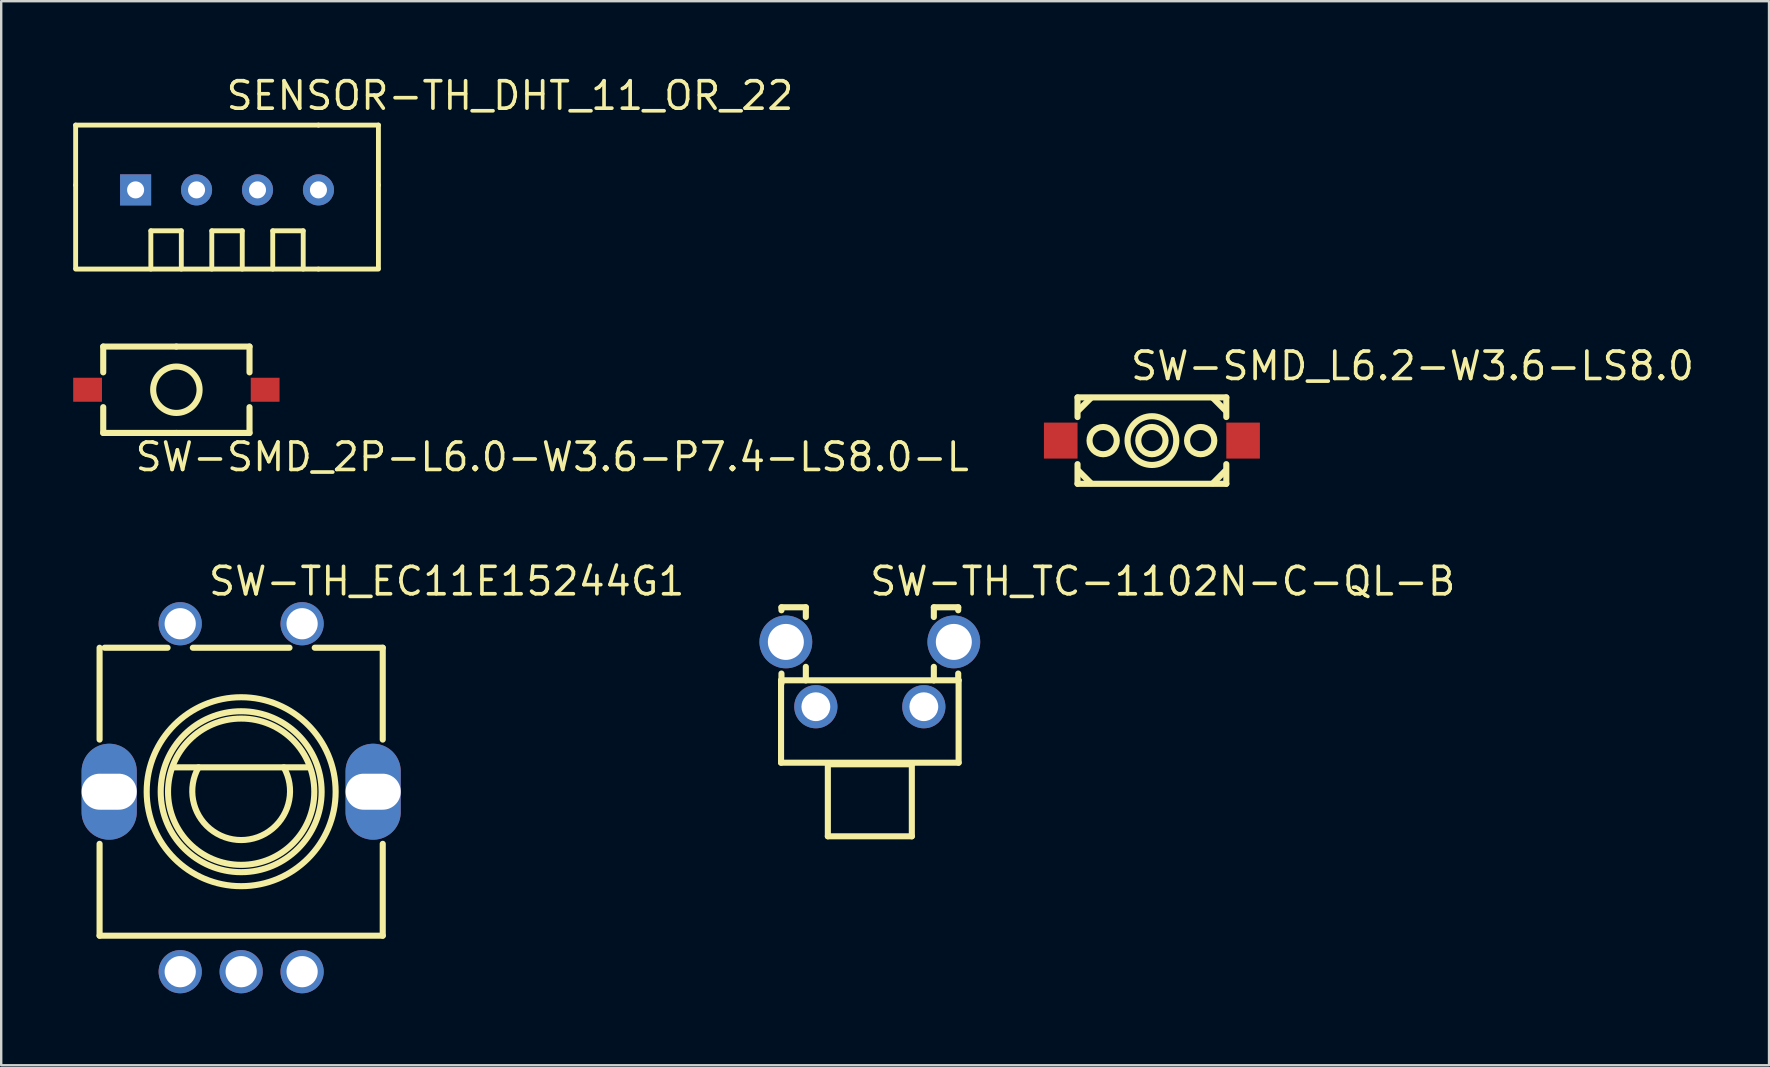
<source format=kicad_pcb>
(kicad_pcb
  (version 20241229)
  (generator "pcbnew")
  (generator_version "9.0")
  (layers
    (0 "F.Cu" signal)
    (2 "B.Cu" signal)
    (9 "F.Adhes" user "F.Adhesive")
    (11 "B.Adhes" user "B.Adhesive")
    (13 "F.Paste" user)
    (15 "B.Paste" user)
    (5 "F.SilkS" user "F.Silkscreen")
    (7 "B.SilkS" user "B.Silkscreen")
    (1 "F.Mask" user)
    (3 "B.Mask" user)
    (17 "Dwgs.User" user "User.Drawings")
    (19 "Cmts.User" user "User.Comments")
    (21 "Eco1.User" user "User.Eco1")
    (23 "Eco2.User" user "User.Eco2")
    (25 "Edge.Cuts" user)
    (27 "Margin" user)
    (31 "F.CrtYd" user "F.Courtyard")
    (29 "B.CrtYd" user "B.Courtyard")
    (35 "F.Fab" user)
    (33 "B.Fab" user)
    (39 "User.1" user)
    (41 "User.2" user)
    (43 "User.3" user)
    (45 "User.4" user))
  (footprint "SW-TH_TC-1102N-C-QL-B"
    (layer "F.Cu")
    (at 33.199 25.051)
    (property "Reference" "SW-TH_TC-1102N-C-QL-B" (at -0.084 -3.877 0) (layer "F.SilkS") (effects (font (size 1.143 1.143) (thickness 0.152)) (justify left)))
    (attr through_hole)
    (fp_line (start -3.7 0.25) (end 3.7 0.25) (stroke (width 0.254) (type solid)) (layer "F.SilkS"))
    (fp_line (start -3.7 3.683) (end -3.7 0.25) (stroke (width 0.254) (type solid)) (layer "F.SilkS"))
    (fp_line (start -3.683 -2.794) (end -3.683 -2.668) (stroke (width 0.254) (type solid)) (layer "F.SilkS"))
    (fp_line (start -3.683 -2.794) (end -2.667 -2.794) (stroke (width 0.254) (type solid)) (layer "F.SilkS"))
    (fp_line (start -3.683 -0.032) (end -3.683 0.381) (stroke (width 0.254) (type solid)) (layer "F.SilkS"))
    (fp_line (start -2.667 -2.794) (end -2.667 -2.388) (stroke (width 0.254) (type solid)) (layer "F.SilkS"))
    (fp_line (start -2.667 -0.312) (end -2.667 0.254) (stroke (width 0.254) (type solid)) (layer "F.SilkS"))
    (fp_line (start -1.75 3.75) (end 1.75 3.75) (stroke (width 0.254) (type solid)) (layer "F.SilkS"))
    (fp_line (start -1.75 6.75) (end -1.75 3.75) (stroke (width 0.254) (type solid)) (layer "F.SilkS"))
    (fp_line (start 1.75 3.75) (end 1.75 6.75) (stroke (width 0.254) (type solid)) (layer "F.SilkS"))
    (fp_line (start 1.75 6.75) (end -1.75 6.75) (stroke (width 0.254) (type solid)) (layer "F.SilkS"))
    (fp_line (start 2.667 -2.794) (end 2.667 -2.388) (stroke (width 0.254) (type solid)) (layer "F.SilkS"))
    (fp_line (start 2.667 -2.794) (end 3.683 -2.794) (stroke (width 0.254) (type solid)) (layer "F.SilkS"))
    (fp_line (start 2.667 -0.312) (end 2.667 0.254) (stroke (width 0.254) (type solid)) (layer "F.SilkS"))
    (fp_line (start 3.683 -2.794) (end 3.683 -2.668) (stroke (width 0.254) (type solid)) (layer "F.SilkS"))
    (fp_line (start 3.683 -0.032) (end 3.683 0.254) (stroke (width 0.254) (type solid)) (layer "F.SilkS"))
    (fp_line (start 3.7 0.25) (end 3.7 3.683) (stroke (width 0.254) (type solid)) (layer "F.SilkS"))
    (fp_line (start 3.7 3.683) (end -3.7 3.683) (stroke (width 0.254) (type solid)) (layer "F.SilkS"))
    (pad "1" thru_hole circle (at -2.25 1.35) (size 1.8 1.8) (drill 1.2) (layers "*.Cu" "*.Mask"))
    (pad "2" thru_hole circle (at 2.25 1.35) (size 1.8 1.8) (drill 1.2) (layers "*.Cu" "*.Mask"))
    (pad "3" thru_hole circle (at -3.5 -1.35) (size 2.2 2.2) (drill 1.5) (layers "*.Cu" "*.Mask"))
    (pad "4" thru_hole circle (at 3.5 -1.35) (size 2.2 2.2) (drill 1.5) (layers "*.Cu" "*.Mask")))
  (footprint "SW-SMD_L6.2-W3.6-LS8.0"
    (layer "F.Cu")
    (at 44.954 15.311)
    (property "Reference" "SW-SMD_L6.2-W3.6-LS8.0" (at -0.97 -3.11 0) (layer "F.SilkS") (effects (font (size 1.143 1.143) (thickness 0.152)) (justify left)))
    (attr smd)
    (fp_line (start -3.1 -1.8) (end -3.1 -0.981) (stroke (width 0.254) (type solid)) (layer "F.SilkS"))
    (fp_line (start -3.1 -1.8) (end 3.1 -1.8) (stroke (width 0.254) (type solid)) (layer "F.SilkS"))
    (fp_line (start -3.1 0.981) (end -3.1 1.8) (stroke (width 0.254) (type solid)) (layer "F.SilkS"))
    (fp_line (start -3.048 -1.27) (end -2.54 -1.778) (stroke (width 0.254) (type solid)) (layer "F.SilkS"))
    (fp_line (start -3.048 1.27) (end -2.54 1.778) (stroke (width 0.254) (type solid)) (layer "F.SilkS"))
    (fp_line (start 2.54 -1.778) (end 3.048 -1.27) (stroke (width 0.254) (type solid)) (layer "F.SilkS"))
    (fp_line (start 2.54 1.778) (end 3.048 1.27) (stroke (width 0.254) (type solid)) (layer "F.SilkS"))
    (fp_line (start 3.1 -1.8) (end 3.1 -0.981) (stroke (width 0.254) (type solid)) (layer "F.SilkS"))
    (fp_line (start 3.1 0.981) (end 3.1 1.8) (stroke (width 0.254) (type solid)) (layer "F.SilkS"))
    (fp_line (start 3.1 1.8) (end -3.1 1.8) (stroke (width 0.254) (type solid)) (layer "F.SilkS"))
    (fp_circle (center -2.032 -0.000025) (end -2.032 0.568) (stroke (width 0.254) (type solid)) (fill no) (layer "F.SilkS"))
    (fp_circle (center 0 -0.000025) (end 0 0.568) (stroke (width 0.254) (type solid)) (fill no) (layer "F.SilkS"))
    (fp_circle (center 0 -0.000025) (end 0 1.016) (stroke (width 0.254) (type solid)) (fill no) (layer "F.SilkS"))
    (fp_circle (center 2.032 -0.000025) (end 2.032 0.568) (stroke (width 0.254) (type solid)) (fill no) (layer "F.SilkS"))
    (pad "1" smd rect (at -3.8 -0.000025 90) (size 1.5 1.4) (layers "F.Cu" "F.Mask" "F.Paste"))
    (pad "2" smd rect (at 3.8 -0.000025 90) (size 1.5 1.4) (layers "F.Cu" "F.Mask" "F.Paste")))
  (footprint "SW-TH_EC11E15244G1"
    (layer "F.Cu")
    (at 7 30.193)
    (property "Reference" "SW-TH_EC11E15244G1" (at -1.44 -9.02 0) (layer "F.SilkS") (effects (font (size 1.143 1.143) (thickness 0.152)) (justify left)))
    (attr through_hole)
    (fp_line (start -5.9 -2.422) (end -5.9 -6.25) (stroke (width 0.254) (type solid)) (layer "F.SilkS"))
    (fp_line (start -5.9 5.75) (end -5.9 1.922) (stroke (width 0.254) (type solid)) (layer "F.SilkS"))
    (fp_line (start -5.69 -6.25) (end -3.066 -6.25) (stroke (width 0.254) (type solid)) (layer "F.SilkS"))
    (fp_line (start -2.794 -1.266) (end 2.794 -1.266) (stroke (width 0.254) (type solid)) (layer "F.SilkS"))
    (fp_line (start -2.014 -6.25) (end 2.014 -6.25) (stroke (width 0.254) (type solid)) (layer "F.SilkS"))
    (fp_line (start 3.066 -6.25) (end 5.9 -6.25) (stroke (width 0.254) (type solid)) (layer "F.SilkS"))
    (fp_line (start 5.9 -6.25) (end 5.9 -2.422) (stroke (width 0.254) (type solid)) (layer "F.SilkS"))
    (fp_line (start 5.9 1.922) (end 5.9 5.75) (stroke (width 0.254) (type solid)) (layer "F.SilkS"))
    (fp_line (start 5.9 5.75) (end -5.9 5.75) (stroke (width 0.254) (type solid)) (layer "F.SilkS"))
    (fp_arc (start 1.778 -1.266) (mid -0.000032 1.764988) (end -1.777969 -1.266056) (stroke (width 0.254) (type solid)) (layer "F.SilkS"))
    (fp_circle (center 0 -0.25) (end 3.048 -0.25) (stroke (width 0.254) (type solid)) (fill no) (layer "F.SilkS"))
    (fp_circle (center 0 -0.25) (end 3.353 -0.25) (stroke (width 0.254) (type solid)) (fill no) (layer "F.SilkS"))
    (fp_circle (center 0 -0.25) (end 3.937 -0.25) (stroke (width 0.254) (type solid)) (fill no) (layer "F.SilkS"))
    (pad "6" thru_hole oval (at 5.5 -0.25 90) (size 4 2.3) (drill oval 1.5 3) (layers "*.Cu" "*.Paste" "*.Mask"))
    (pad "7" thru_hole oval (at -5.5 -0.25 90) (size 4 2.3) (drill oval 1.5 3) (layers "*.Cu" "*.Paste" "*.Mask"))
    (pad "A" thru_hole circle (at -2.54 7.25) (size 1.8 1.8) (drill 1.3) (layers "*.Cu" "*.Paste" "*.Mask"))
    (pad "B" thru_hole circle (at 2.54 7.25) (size 1.8 1.8) (drill 1.3) (layers "*.Cu" "*.Paste" "*.Mask"))
    (pad "C" thru_hole circle (at 0 7.25) (size 1.8 1.8) (drill 1.3) (layers "*.Cu" "*.Paste" "*.Mask"))
    (pad "D" thru_hole circle (at -2.54 -7.25) (size 1.8 1.8) (drill 1.3) (layers "*.Cu" "*.Paste" "*.Mask"))
    (pad "E" thru_hole circle (at 2.54 -7.25) (size 1.8 1.8) (drill 1.3) (layers "*.Cu" "*.Paste" "*.Mask")))
  (footprint "SENSOR-TH_DHT_11_OR_22"
    (layer "F.Cu")
    (at 6.411 4.863)
    (property "Reference" "SENSOR-TH_DHT_11_OR_22" (at -0.119 -3.927 0) (layer "F.SilkS") (effects (font (size 1.143 1.143) (thickness 0.152)) (justify left)))
    (attr through_hole)
    (fp_line (start -6.309 -2.7) (end -6.309 -0.2) (stroke (width 0.203) (type solid)) (layer "F.SilkS"))
    (fp_line (start -6.309 -0.2) (end -6.309 3.259) (stroke (width 0.203) (type solid)) (layer "F.SilkS"))
    (fp_line (start -6.309 3.3) (end 3.81 3.3) (stroke (width 0.203) (type solid)) (layer "F.SilkS"))
    (fp_line (start -3.175 1.705) (end -3.175 3.3) (stroke (width 0.203) (type solid)) (layer "F.SilkS"))
    (fp_line (start -1.905 1.705) (end -3.175 1.705) (stroke (width 0.203) (type solid)) (layer "F.SilkS"))
    (fp_line (start -1.905 3.3) (end -1.905 1.705) (stroke (width 0.203) (type solid)) (layer "F.SilkS"))
    (fp_line (start -0.635 1.705) (end -0.635 3.3) (stroke (width 0.203) (type solid)) (layer "F.SilkS"))
    (fp_line (start 0.635 1.705) (end -0.635 1.705) (stroke (width 0.203) (type solid)) (layer "F.SilkS"))
    (fp_line (start 0.635 3.3) (end 0.635 1.705) (stroke (width 0.203) (type solid)) (layer "F.SilkS"))
    (fp_line (start 1.905 1.705) (end 1.905 3.3) (stroke (width 0.203) (type solid)) (layer "F.SilkS"))
    (fp_line (start 3.175 1.705) (end 1.905 1.705) (stroke (width 0.203) (type solid)) (layer "F.SilkS"))
    (fp_line (start 3.175 3.3) (end 3.175 1.705) (stroke (width 0.203) (type solid)) (layer "F.SilkS"))
    (fp_line (start 3.81 -2.7) (end -6.309 -2.7) (stroke (width 0.203) (type solid)) (layer "F.SilkS"))
    (fp_line (start 3.81 3.3) (end 6.309 3.3) (stroke (width 0.203) (type solid)) (layer "F.SilkS"))
    (fp_line (start 6.309 -2.7) (end 3.81 -2.7) (stroke (width 0.203) (type solid)) (layer "F.SilkS"))
    (fp_line (start 6.309 -0.2) (end 6.309 -2.7) (stroke (width 0.203) (type solid)) (layer "F.SilkS"))
    (fp_line (start 6.309 3.259) (end 6.309 -0.2) (stroke (width 0.203) (type solid)) (layer "F.SilkS"))
    (pad "1" thru_hole rect (at -3.81 0.000051 180) (size 1.295 1.295) (drill 0.711) (layers "*.Cu" "*.Mask"))
    (pad "2" thru_hole circle (at -1.27 0.000051 180) (size 1.295 1.295) (drill 0.711) (layers "*.Cu" "*.Mask"))
    (pad "3" thru_hole circle (at 1.27 0.000051 180) (size 1.295 1.295) (drill 0.711) (layers "*.Cu" "*.Mask"))
    (pad "4" thru_hole circle (at 3.81 0.000051 180) (size 1.295 1.295) (drill 0.711) (layers "*.Cu" "*.Mask")))
  (footprint "SW-SMD_2P-L6.0-W3.6-P7.4-LS8.0-L"
    (layer "F.Cu")
    (at 4.3 13.192)
    (property "Reference" "SW-SMD_2P-L6.0-W3.6-P7.4-LS8.0-L" (at -1.8 2.8 0) (layer "F.SilkS") (effects (font (size 1.143 1.143) (thickness 0.152)) (justify left)))
    (attr through_hole)
    (fp_line (start -3.048 -1.8) (end -3.048 -0.725) (stroke (width 0.254) (type solid)) (layer "F.SilkS"))
    (fp_line (start -3.048 1.8) (end -3.048 0.725) (stroke (width 0.254) (type solid)) (layer "F.SilkS"))
    (fp_line (start 0 -1.8) (end -3.048 -1.8) (stroke (width 0.254) (type solid)) (layer "F.SilkS"))
    (fp_line (start 0 -1.8) (end 3.048 -1.8) (stroke (width 0.254) (type solid)) (layer "F.SilkS"))
    (fp_line (start 0 1.8) (end -3.048 1.8) (stroke (width 0.254) (type solid)) (layer "F.SilkS"))
    (fp_line (start 0 1.8) (end 3.048 1.8) (stroke (width 0.254) (type solid)) (layer "F.SilkS"))
    (fp_line (start 3.048 -1.8) (end 3.048 -0.725) (stroke (width 0.254) (type solid)) (layer "F.SilkS"))
    (fp_line (start 3.048 1.8) (end 3.048 0.725) (stroke (width 0.254) (type solid)) (layer "F.SilkS"))
    (fp_circle (center 0 0) (end 0 0.967) (stroke (width 0.254) (type solid)) (fill no) (layer "F.SilkS"))
    (pad "1" smd rect (at -3.7 0) (size 1.2 1) (layers "F.Cu" "F.Mask" "F.Paste"))
    (pad "2" smd rect (at 3.7 0) (size 1.2 1) (layers "F.Cu" "F.Mask" "F.Paste")))
  (gr_rect
    (start -3 -3)
    (end 70.671 41.343)
    (stroke (width 0.1) (type default))
    (fill no)
    (layer "Edge.Cuts")))
</source>
